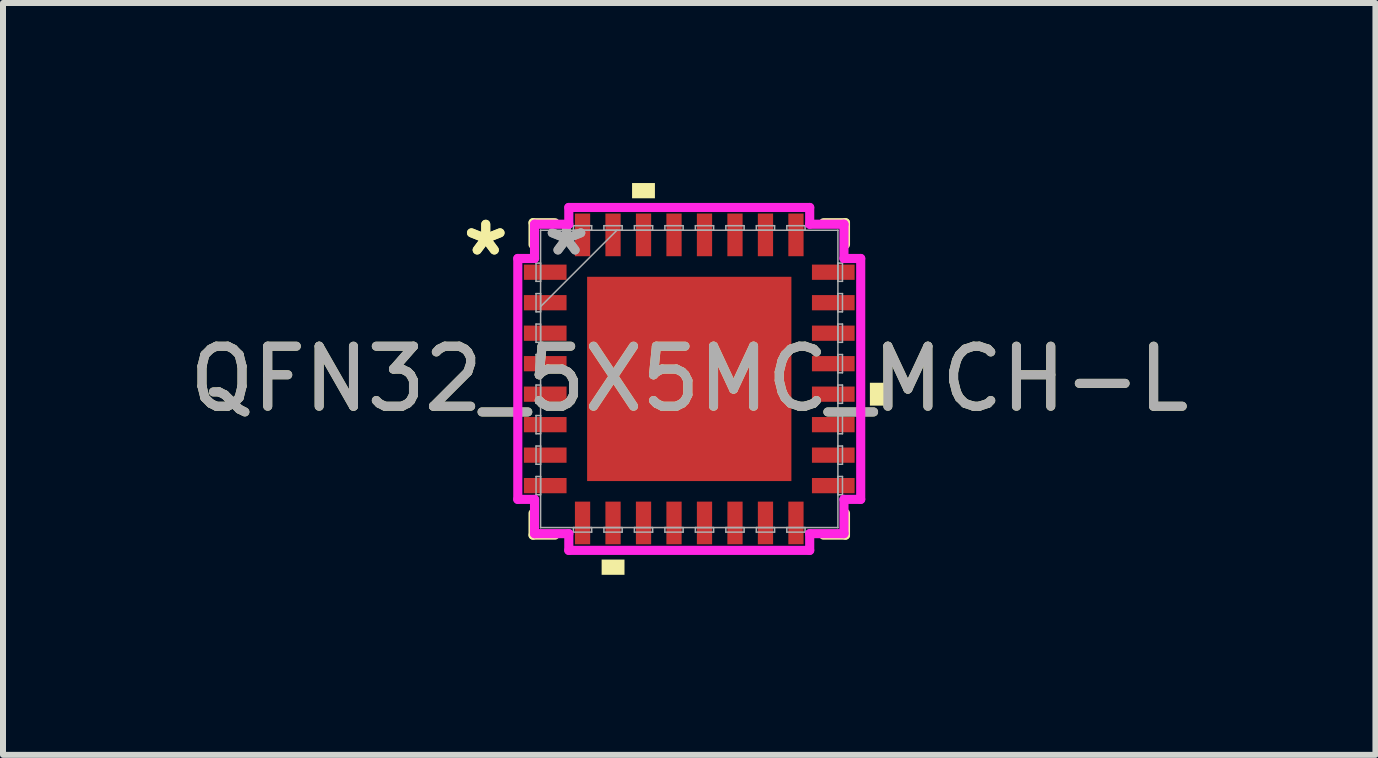
<source format=kicad_pcb>
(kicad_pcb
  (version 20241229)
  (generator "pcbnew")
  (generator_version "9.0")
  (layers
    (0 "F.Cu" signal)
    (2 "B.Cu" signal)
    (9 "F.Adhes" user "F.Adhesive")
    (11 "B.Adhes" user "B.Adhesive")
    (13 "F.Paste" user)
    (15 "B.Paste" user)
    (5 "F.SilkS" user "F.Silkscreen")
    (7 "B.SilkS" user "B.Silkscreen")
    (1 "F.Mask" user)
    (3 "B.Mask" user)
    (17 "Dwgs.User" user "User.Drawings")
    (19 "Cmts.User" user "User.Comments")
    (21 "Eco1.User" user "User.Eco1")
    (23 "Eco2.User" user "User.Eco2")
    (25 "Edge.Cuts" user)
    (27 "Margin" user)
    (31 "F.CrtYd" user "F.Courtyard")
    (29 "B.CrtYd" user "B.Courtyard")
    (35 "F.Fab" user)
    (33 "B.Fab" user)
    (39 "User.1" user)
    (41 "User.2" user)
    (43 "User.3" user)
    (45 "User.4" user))
  (footprint "QFN32_5X5MC_MCH-L"
    (layer "F.Cu")
    (at 8.435 3.264)
    (property "Reference" "QFN32_5X5MC_MCH-L" (at 0 0 0) (unlocked yes) (layer "F.SilkS") (effects (font (size 1 1) (thickness 0.15))))
    (attr smd)
    (fp_line (start -2.603 -2.603) (end -2.603 -2.238) (stroke (width 0.152) (type solid)) (layer "F.SilkS"))
    (fp_line (start -2.603 2.238) (end -2.603 2.603) (stroke (width 0.152) (type solid)) (layer "F.SilkS"))
    (fp_line (start -2.603 2.603) (end -2.238 2.603) (stroke (width 0.152) (type solid)) (layer "F.SilkS"))
    (fp_line (start -2.238 -2.603) (end -2.603 -2.603) (stroke (width 0.152) (type solid)) (layer "F.SilkS"))
    (fp_line (start 2.238 2.603) (end 2.603 2.603) (stroke (width 0.152) (type solid)) (layer "F.SilkS"))
    (fp_line (start 2.603 -2.603) (end 2.238 -2.603) (stroke (width 0.152) (type solid)) (layer "F.SilkS"))
    (fp_line (start 2.603 -2.238) (end 2.603 -2.603) (stroke (width 0.152) (type solid)) (layer "F.SilkS"))
    (fp_line (start 2.603 2.603) (end 2.603 2.238) (stroke (width 0.152) (type solid)) (layer "F.SilkS"))
    (fp_poly (pts (xy -1.46 3.01) (xy -1.46 3.264) (xy -1.079 3.264) (xy -1.079 3.01)) (stroke (width 0) (type solid)) (fill yes) (layer "F.SilkS"))
    (fp_poly (pts (xy -0.953 -3.01) (xy -0.953 -3.264) (xy -0.572 -3.264) (xy -0.572 -3.01)) (stroke (width 0) (type solid)) (fill yes) (layer "F.SilkS"))
    (fp_poly (pts (xy 3.264 0.064) (xy 3.264 0.445) (xy 3.01 0.445) (xy 3.01 0.064)) (stroke (width 0) (type solid)) (fill yes) (layer "F.SilkS"))
    (fp_poly (pts (xy -1.602 -1.602) (xy -1.602 -0.1) (xy -0.1 -0.1) (xy -0.1 -1.602)) (stroke (width 0) (type solid)) (fill yes) (layer "F.Paste"))
    (fp_poly (pts (xy -1.602 0.1) (xy -1.602 1.602) (xy -0.1 1.602) (xy -0.1 0.1)) (stroke (width 0) (type solid)) (fill yes) (layer "F.Paste"))
    (fp_poly (pts (xy 0.1 -1.602) (xy 0.1 -0.1) (xy 1.602 -0.1) (xy 1.602 -1.602)) (stroke (width 0) (type solid)) (fill yes) (layer "F.Paste"))
    (fp_poly (pts (xy 0.1 0.1) (xy 0.1 1.602) (xy 1.602 1.602) (xy 1.602 0.1)) (stroke (width 0) (type solid)) (fill yes) (layer "F.Paste"))
    (fp_line (start -2.857 -2.007) (end -2.578 -2.007) (stroke (width 0.152) (type solid)) (layer "F.CrtYd"))
    (fp_line (start -2.857 2.007) (end -2.857 -2.007) (stroke (width 0.152) (type solid)) (layer "F.CrtYd"))
    (fp_line (start -2.578 -2.578) (end -2.007 -2.578) (stroke (width 0.152) (type solid)) (layer "F.CrtYd"))
    (fp_line (start -2.578 -2.007) (end -2.578 -2.578) (stroke (width 0.152) (type solid)) (layer "F.CrtYd"))
    (fp_line (start -2.578 2.007) (end -2.857 2.007) (stroke (width 0.152) (type solid)) (layer "F.CrtYd"))
    (fp_line (start -2.578 2.578) (end -2.578 2.007) (stroke (width 0.152) (type solid)) (layer "F.CrtYd"))
    (fp_line (start -2.007 -2.857) (end 2.007 -2.857) (stroke (width 0.152) (type solid)) (layer "F.CrtYd"))
    (fp_line (start -2.007 -2.578) (end -2.007 -2.857) (stroke (width 0.152) (type solid)) (layer "F.CrtYd"))
    (fp_line (start -2.007 2.578) (end -2.578 2.578) (stroke (width 0.152) (type solid)) (layer "F.CrtYd"))
    (fp_line (start -2.007 2.857) (end -2.007 2.578) (stroke (width 0.152) (type solid)) (layer "F.CrtYd"))
    (fp_line (start 2.007 -2.857) (end 2.007 -2.578) (stroke (width 0.152) (type solid)) (layer "F.CrtYd"))
    (fp_line (start 2.007 -2.578) (end 2.578 -2.578) (stroke (width 0.152) (type solid)) (layer "F.CrtYd"))
    (fp_line (start 2.007 2.578) (end 2.007 2.857) (stroke (width 0.152) (type solid)) (layer "F.CrtYd"))
    (fp_line (start 2.007 2.857) (end -2.007 2.857) (stroke (width 0.152) (type solid)) (layer "F.CrtYd"))
    (fp_line (start 2.578 -2.578) (end 2.578 -2.007) (stroke (width 0.152) (type solid)) (layer "F.CrtYd"))
    (fp_line (start 2.578 -2.007) (end 2.857 -2.007) (stroke (width 0.152) (type solid)) (layer "F.CrtYd"))
    (fp_line (start 2.578 2.007) (end 2.578 2.578) (stroke (width 0.152) (type solid)) (layer "F.CrtYd"))
    (fp_line (start 2.578 2.578) (end 2.007 2.578) (stroke (width 0.152) (type solid)) (layer "F.CrtYd"))
    (fp_line (start 2.857 -2.007) (end 2.857 2.007) (stroke (width 0.152) (type solid)) (layer "F.CrtYd"))
    (fp_line (start 2.857 2.007) (end 2.578 2.007) (stroke (width 0.152) (type solid)) (layer "F.CrtYd"))
    (fp_line (start -2.553 -1.93) (end -2.553 -1.626) (stroke (width 0.025) (type solid)) (layer "F.Fab"))
    (fp_line (start -2.553 -1.626) (end -2.477 -1.626) (stroke (width 0.025) (type solid)) (layer "F.Fab"))
    (fp_line (start -2.553 -1.422) (end -2.553 -1.118) (stroke (width 0.025) (type solid)) (layer "F.Fab"))
    (fp_line (start -2.553 -1.118) (end -2.477 -1.118) (stroke (width 0.025) (type solid)) (layer "F.Fab"))
    (fp_line (start -2.553 -0.914) (end -2.553 -0.61) (stroke (width 0.025) (type solid)) (layer "F.Fab"))
    (fp_line (start -2.553 -0.61) (end -2.477 -0.61) (stroke (width 0.025) (type solid)) (layer "F.Fab"))
    (fp_line (start -2.553 -0.406) (end -2.553 -0.102) (stroke (width 0.025) (type solid)) (layer "F.Fab"))
    (fp_line (start -2.553 -0.102) (end -2.477 -0.102) (stroke (width 0.025) (type solid)) (layer "F.Fab"))
    (fp_line (start -2.553 0.102) (end -2.553 0.406) (stroke (width 0.025) (type solid)) (layer "F.Fab"))
    (fp_line (start -2.553 0.406) (end -2.477 0.406) (stroke (width 0.025) (type solid)) (layer "F.Fab"))
    (fp_line (start -2.553 0.61) (end -2.553 0.914) (stroke (width 0.025) (type solid)) (layer "F.Fab"))
    (fp_line (start -2.553 0.914) (end -2.477 0.914) (stroke (width 0.025) (type solid)) (layer "F.Fab"))
    (fp_line (start -2.553 1.118) (end -2.553 1.422) (stroke (width 0.025) (type solid)) (layer "F.Fab"))
    (fp_line (start -2.553 1.422) (end -2.477 1.422) (stroke (width 0.025) (type solid)) (layer "F.Fab"))
    (fp_line (start -2.553 1.626) (end -2.553 1.93) (stroke (width 0.025) (type solid)) (layer "F.Fab"))
    (fp_line (start -2.553 1.93) (end -2.477 1.93) (stroke (width 0.025) (type solid)) (layer "F.Fab"))
    (fp_line (start -2.477 -2.477) (end -2.477 -2.477) (stroke (width 0.025) (type solid)) (layer "F.Fab"))
    (fp_line (start -2.477 -2.477) (end -2.477 2.477) (stroke (width 0.025) (type solid)) (layer "F.Fab"))
    (fp_line (start -2.477 -1.93) (end -2.553 -1.93) (stroke (width 0.025) (type solid)) (layer "F.Fab"))
    (fp_line (start -2.477 -1.626) (end -2.477 -1.93) (stroke (width 0.025) (type solid)) (layer "F.Fab"))
    (fp_line (start -2.477 -1.422) (end -2.553 -1.422) (stroke (width 0.025) (type solid)) (layer "F.Fab"))
    (fp_line (start -2.477 -1.206) (end -1.206 -2.477) (stroke (width 0.025) (type solid)) (layer "F.Fab"))
    (fp_line (start -2.477 -1.118) (end -2.477 -1.422) (stroke (width 0.025) (type solid)) (layer "F.Fab"))
    (fp_line (start -2.477 -0.914) (end -2.553 -0.914) (stroke (width 0.025) (type solid)) (layer "F.Fab"))
    (fp_line (start -2.477 -0.61) (end -2.477 -0.914) (stroke (width 0.025) (type solid)) (layer "F.Fab"))
    (fp_line (start -2.477 -0.406) (end -2.553 -0.406) (stroke (width 0.025) (type solid)) (layer "F.Fab"))
    (fp_line (start -2.477 -0.102) (end -2.477 -0.406) (stroke (width 0.025) (type solid)) (layer "F.Fab"))
    (fp_line (start -2.477 0.102) (end -2.553 0.102) (stroke (width 0.025) (type solid)) (layer "F.Fab"))
    (fp_line (start -2.477 0.406) (end -2.477 0.102) (stroke (width 0.025) (type solid)) (layer "F.Fab"))
    (fp_line (start -2.477 0.61) (end -2.553 0.61) (stroke (width 0.025) (type solid)) (layer "F.Fab"))
    (fp_line (start -2.477 0.914) (end -2.477 0.61) (stroke (width 0.025) (type solid)) (layer "F.Fab"))
    (fp_line (start -2.477 1.118) (end -2.553 1.118) (stroke (width 0.025) (type solid)) (layer "F.Fab"))
    (fp_line (start -2.477 1.422) (end -2.477 1.118) (stroke (width 0.025) (type solid)) (layer "F.Fab"))
    (fp_line (start -2.477 1.626) (end -2.553 1.626) (stroke (width 0.025) (type solid)) (layer "F.Fab"))
    (fp_line (start -2.477 1.93) (end -2.477 1.626) (stroke (width 0.025) (type solid)) (layer "F.Fab"))
    (fp_line (start -2.477 2.477) (end -2.477 2.477) (stroke (width 0.025) (type solid)) (layer "F.Fab"))
    (fp_line (start -2.477 2.477) (end 2.477 2.477) (stroke (width 0.025) (type solid)) (layer "F.Fab"))
    (fp_line (start -1.93 -2.553) (end -1.93 -2.477) (stroke (width 0.025) (type solid)) (layer "F.Fab"))
    (fp_line (start -1.93 -2.477) (end -1.626 -2.477) (stroke (width 0.025) (type solid)) (layer "F.Fab"))
    (fp_line (start -1.93 2.477) (end -1.93 2.553) (stroke (width 0.025) (type solid)) (layer "F.Fab"))
    (fp_line (start -1.93 2.553) (end -1.626 2.553) (stroke (width 0.025) (type solid)) (layer "F.Fab"))
    (fp_line (start -1.626 -2.553) (end -1.93 -2.553) (stroke (width 0.025) (type solid)) (layer "F.Fab"))
    (fp_line (start -1.626 -2.477) (end -1.626 -2.553) (stroke (width 0.025) (type solid)) (layer "F.Fab"))
    (fp_line (start -1.626 2.477) (end -1.93 2.477) (stroke (width 0.025) (type solid)) (layer "F.Fab"))
    (fp_line (start -1.626 2.553) (end -1.626 2.477) (stroke (width 0.025) (type solid)) (layer "F.Fab"))
    (fp_line (start -1.422 -2.553) (end -1.422 -2.477) (stroke (width 0.025) (type solid)) (layer "F.Fab"))
    (fp_line (start -1.422 -2.477) (end -1.118 -2.477) (stroke (width 0.025) (type solid)) (layer "F.Fab"))
    (fp_line (start -1.422 2.477) (end -1.422 2.553) (stroke (width 0.025) (type solid)) (layer "F.Fab"))
    (fp_line (start -1.422 2.553) (end -1.118 2.553) (stroke (width 0.025) (type solid)) (layer "F.Fab"))
    (fp_line (start -1.118 -2.553) (end -1.422 -2.553) (stroke (width 0.025) (type solid)) (layer "F.Fab"))
    (fp_line (start -1.118 -2.477) (end -1.118 -2.553) (stroke (width 0.025) (type solid)) (layer "F.Fab"))
    (fp_line (start -1.118 2.477) (end -1.422 2.477) (stroke (width 0.025) (type solid)) (layer "F.Fab"))
    (fp_line (start -1.118 2.553) (end -1.118 2.477) (stroke (width 0.025) (type solid)) (layer "F.Fab"))
    (fp_line (start -0.914 -2.553) (end -0.914 -2.477) (stroke (width 0.025) (type solid)) (layer "F.Fab"))
    (fp_line (start -0.914 -2.477) (end -0.61 -2.477) (stroke (width 0.025) (type solid)) (layer "F.Fab"))
    (fp_line (start -0.914 2.477) (end -0.914 2.553) (stroke (width 0.025) (type solid)) (layer "F.Fab"))
    (fp_line (start -0.914 2.553) (end -0.61 2.553) (stroke (width 0.025) (type solid)) (layer "F.Fab"))
    (fp_line (start -0.61 -2.553) (end -0.914 -2.553) (stroke (width 0.025) (type solid)) (layer "F.Fab"))
    (fp_line (start -0.61 -2.477) (end -0.61 -2.553) (stroke (width 0.025) (type solid)) (layer "F.Fab"))
    (fp_line (start -0.61 2.477) (end -0.914 2.477) (stroke (width 0.025) (type solid)) (layer "F.Fab"))
    (fp_line (start -0.61 2.553) (end -0.61 2.477) (stroke (width 0.025) (type solid)) (layer "F.Fab"))
    (fp_line (start -0.406 -2.553) (end -0.406 -2.477) (stroke (width 0.025) (type solid)) (layer "F.Fab"))
    (fp_line (start -0.406 -2.477) (end -0.102 -2.477) (stroke (width 0.025) (type solid)) (layer "F.Fab"))
    (fp_line (start -0.406 2.477) (end -0.406 2.553) (stroke (width 0.025) (type solid)) (layer "F.Fab"))
    (fp_line (start -0.406 2.553) (end -0.102 2.553) (stroke (width 0.025) (type solid)) (layer "F.Fab"))
    (fp_line (start -0.102 -2.553) (end -0.406 -2.553) (stroke (width 0.025) (type solid)) (layer "F.Fab"))
    (fp_line (start -0.102 -2.477) (end -0.102 -2.553) (stroke (width 0.025) (type solid)) (layer "F.Fab"))
    (fp_line (start -0.102 2.477) (end -0.406 2.477) (stroke (width 0.025) (type solid)) (layer "F.Fab"))
    (fp_line (start -0.102 2.553) (end -0.102 2.477) (stroke (width 0.025) (type solid)) (layer "F.Fab"))
    (fp_line (start 0.102 -2.553) (end 0.102 -2.477) (stroke (width 0.025) (type solid)) (layer "F.Fab"))
    (fp_line (start 0.102 -2.477) (end 0.406 -2.477) (stroke (width 0.025) (type solid)) (layer "F.Fab"))
    (fp_line (start 0.102 2.477) (end 0.102 2.553) (stroke (width 0.025) (type solid)) (layer "F.Fab"))
    (fp_line (start 0.102 2.553) (end 0.406 2.553) (stroke (width 0.025) (type solid)) (layer "F.Fab"))
    (fp_line (start 0.406 -2.553) (end 0.102 -2.553) (stroke (width 0.025) (type solid)) (layer "F.Fab"))
    (fp_line (start 0.406 -2.477) (end 0.406 -2.553) (stroke (width 0.025) (type solid)) (layer "F.Fab"))
    (fp_line (start 0.406 2.477) (end 0.102 2.477) (stroke (width 0.025) (type solid)) (layer "F.Fab"))
    (fp_line (start 0.406 2.553) (end 0.406 2.477) (stroke (width 0.025) (type solid)) (layer "F.Fab"))
    (fp_line (start 0.61 -2.553) (end 0.61 -2.477) (stroke (width 0.025) (type solid)) (layer "F.Fab"))
    (fp_line (start 0.61 -2.477) (end 0.914 -2.477) (stroke (width 0.025) (type solid)) (layer "F.Fab"))
    (fp_line (start 0.61 2.477) (end 0.61 2.553) (stroke (width 0.025) (type solid)) (layer "F.Fab"))
    (fp_line (start 0.61 2.553) (end 0.914 2.553) (stroke (width 0.025) (type solid)) (layer "F.Fab"))
    (fp_line (start 0.914 -2.553) (end 0.61 -2.553) (stroke (width 0.025) (type solid)) (layer "F.Fab"))
    (fp_line (start 0.914 -2.477) (end 0.914 -2.553) (stroke (width 0.025) (type solid)) (layer "F.Fab"))
    (fp_line (start 0.914 2.477) (end 0.61 2.477) (stroke (width 0.025) (type solid)) (layer "F.Fab"))
    (fp_line (start 0.914 2.553) (end 0.914 2.477) (stroke (width 0.025) (type solid)) (layer "F.Fab"))
    (fp_line (start 1.118 -2.553) (end 1.118 -2.477) (stroke (width 0.025) (type solid)) (layer "F.Fab"))
    (fp_line (start 1.118 -2.477) (end 1.422 -2.477) (stroke (width 0.025) (type solid)) (layer "F.Fab"))
    (fp_line (start 1.118 2.477) (end 1.118 2.553) (stroke (width 0.025) (type solid)) (layer "F.Fab"))
    (fp_line (start 1.118 2.553) (end 1.422 2.553) (stroke (width 0.025) (type solid)) (layer "F.Fab"))
    (fp_line (start 1.422 -2.553) (end 1.118 -2.553) (stroke (width 0.025) (type solid)) (layer "F.Fab"))
    (fp_line (start 1.422 -2.477) (end 1.422 -2.553) (stroke (width 0.025) (type solid)) (layer "F.Fab"))
    (fp_line (start 1.422 2.477) (end 1.118 2.477) (stroke (width 0.025) (type solid)) (layer "F.Fab"))
    (fp_line (start 1.422 2.553) (end 1.422 2.477) (stroke (width 0.025) (type solid)) (layer "F.Fab"))
    (fp_line (start 1.626 -2.553) (end 1.626 -2.477) (stroke (width 0.025) (type solid)) (layer "F.Fab"))
    (fp_line (start 1.626 -2.477) (end 1.93 -2.477) (stroke (width 0.025) (type solid)) (layer "F.Fab"))
    (fp_line (start 1.626 2.477) (end 1.626 2.553) (stroke (width 0.025) (type solid)) (layer "F.Fab"))
    (fp_line (start 1.626 2.553) (end 1.93 2.553) (stroke (width 0.025) (type solid)) (layer "F.Fab"))
    (fp_line (start 1.93 -2.553) (end 1.626 -2.553) (stroke (width 0.025) (type solid)) (layer "F.Fab"))
    (fp_line (start 1.93 -2.477) (end 1.93 -2.553) (stroke (width 0.025) (type solid)) (layer "F.Fab"))
    (fp_line (start 1.93 2.477) (end 1.626 2.477) (stroke (width 0.025) (type solid)) (layer "F.Fab"))
    (fp_line (start 1.93 2.553) (end 1.93 2.477) (stroke (width 0.025) (type solid)) (layer "F.Fab"))
    (fp_line (start 2.477 -2.477) (end -2.477 -2.477) (stroke (width 0.025) (type solid)) (layer "F.Fab"))
    (fp_line (start 2.477 -2.477) (end 2.477 -2.477) (stroke (width 0.025) (type solid)) (layer "F.Fab"))
    (fp_line (start 2.477 -1.93) (end 2.477 -1.626) (stroke (width 0.025) (type solid)) (layer "F.Fab"))
    (fp_line (start 2.477 -1.626) (end 2.553 -1.626) (stroke (width 0.025) (type solid)) (layer "F.Fab"))
    (fp_line (start 2.477 -1.422) (end 2.477 -1.118) (stroke (width 0.025) (type solid)) (layer "F.Fab"))
    (fp_line (start 2.477 -1.118) (end 2.553 -1.118) (stroke (width 0.025) (type solid)) (layer "F.Fab"))
    (fp_line (start 2.477 -0.914) (end 2.477 -0.61) (stroke (width 0.025) (type solid)) (layer "F.Fab"))
    (fp_line (start 2.477 -0.61) (end 2.553 -0.61) (stroke (width 0.025) (type solid)) (layer "F.Fab"))
    (fp_line (start 2.477 -0.406) (end 2.477 -0.102) (stroke (width 0.025) (type solid)) (layer "F.Fab"))
    (fp_line (start 2.477 -0.102) (end 2.553 -0.102) (stroke (width 0.025) (type solid)) (layer "F.Fab"))
    (fp_line (start 2.477 0.102) (end 2.477 0.406) (stroke (width 0.025) (type solid)) (layer "F.Fab"))
    (fp_line (start 2.477 0.406) (end 2.553 0.406) (stroke (width 0.025) (type solid)) (layer "F.Fab"))
    (fp_line (start 2.477 0.61) (end 2.477 0.914) (stroke (width 0.025) (type solid)) (layer "F.Fab"))
    (fp_line (start 2.477 0.914) (end 2.553 0.914) (stroke (width 0.025) (type solid)) (layer "F.Fab"))
    (fp_line (start 2.477 1.118) (end 2.477 1.422) (stroke (width 0.025) (type solid)) (layer "F.Fab"))
    (fp_line (start 2.477 1.422) (end 2.553 1.422) (stroke (width 0.025) (type solid)) (layer "F.Fab"))
    (fp_line (start 2.477 1.626) (end 2.477 1.93) (stroke (width 0.025) (type solid)) (layer "F.Fab"))
    (fp_line (start 2.477 1.93) (end 2.553 1.93) (stroke (width 0.025) (type solid)) (layer "F.Fab"))
    (fp_line (start 2.477 2.477) (end 2.477 -2.477) (stroke (width 0.025) (type solid)) (layer "F.Fab"))
    (fp_line (start 2.477 2.477) (end 2.477 2.477) (stroke (width 0.025) (type solid)) (layer "F.Fab"))
    (fp_line (start 2.553 -1.93) (end 2.477 -1.93) (stroke (width 0.025) (type solid)) (layer "F.Fab"))
    (fp_line (start 2.553 -1.626) (end 2.553 -1.93) (stroke (width 0.025) (type solid)) (layer "F.Fab"))
    (fp_line (start 2.553 -1.422) (end 2.477 -1.422) (stroke (width 0.025) (type solid)) (layer "F.Fab"))
    (fp_line (start 2.553 -1.118) (end 2.553 -1.422) (stroke (width 0.025) (type solid)) (layer "F.Fab"))
    (fp_line (start 2.553 -0.914) (end 2.477 -0.914) (stroke (width 0.025) (type solid)) (layer "F.Fab"))
    (fp_line (start 2.553 -0.61) (end 2.553 -0.914) (stroke (width 0.025) (type solid)) (layer "F.Fab"))
    (fp_line (start 2.553 -0.406) (end 2.477 -0.406) (stroke (width 0.025) (type solid)) (layer "F.Fab"))
    (fp_line (start 2.553 -0.102) (end 2.553 -0.406) (stroke (width 0.025) (type solid)) (layer "F.Fab"))
    (fp_line (start 2.553 0.102) (end 2.477 0.102) (stroke (width 0.025) (type solid)) (layer "F.Fab"))
    (fp_line (start 2.553 0.406) (end 2.553 0.102) (stroke (width 0.025) (type solid)) (layer "F.Fab"))
    (fp_line (start 2.553 0.61) (end 2.477 0.61) (stroke (width 0.025) (type solid)) (layer "F.Fab"))
    (fp_line (start 2.553 0.914) (end 2.553 0.61) (stroke (width 0.025) (type solid)) (layer "F.Fab"))
    (fp_line (start 2.553 1.118) (end 2.477 1.118) (stroke (width 0.025) (type solid)) (layer "F.Fab"))
    (fp_line (start 2.553 1.422) (end 2.553 1.118) (stroke (width 0.025) (type solid)) (layer "F.Fab"))
    (fp_line (start 2.553 1.626) (end 2.477 1.626) (stroke (width 0.025) (type solid)) (layer "F.Fab"))
    (fp_line (start 2.553 1.93) (end 2.553 1.626) (stroke (width 0.025) (type solid)) (layer "F.Fab"))
    (fp_text user "*" (at -3.391 -2.032 0) (unlocked yes) (layer "F.SilkS") (effects (font (size 1 1) (thickness 0.15))))
    (fp_text user "*" (at -3.391 -2.032 0) (layer "F.SilkS") (effects (font (size 1 1) (thickness 0.15))))
    (fp_text user "*" (at -2.045 -2.032 0) (unlocked yes) (layer "F.Fab") (effects (font (size 1 1) (thickness 0.15))))
    (fp_text user "${REFERENCE}" (at 0 0 0) (unlocked yes) (layer "F.Fab") (effects (font (size 1 1) (thickness 0.15))))
    (fp_text user "*" (at -2.045 -2.032 0) (layer "F.Fab") (effects (font (size 1 1) (thickness 0.15))))
    (pad "1" smd rect (at -2.4 -1.778 90) (size 0.254 0.711) (layers "F.Cu" "F.Mask" "F.Paste"))
    (pad "2" smd rect (at -2.4 -1.27 90) (size 0.254 0.711) (layers "F.Cu" "F.Mask" "F.Paste"))
    (pad "3" smd rect (at -2.4 -0.762 90) (size 0.254 0.711) (layers "F.Cu" "F.Mask" "F.Paste"))
    (pad "4" smd rect (at -2.4 -0.254 90) (size 0.254 0.711) (layers "F.Cu" "F.Mask" "F.Paste"))
    (pad "5" smd rect (at -2.4 0.254 90) (size 0.254 0.711) (layers "F.Cu" "F.Mask" "F.Paste"))
    (pad "6" smd rect (at -2.4 0.762 90) (size 0.254 0.711) (layers "F.Cu" "F.Mask" "F.Paste"))
    (pad "7" smd rect (at -2.4 1.27 90) (size 0.254 0.711) (layers "F.Cu" "F.Mask" "F.Paste"))
    (pad "8" smd rect (at -2.4 1.778 90) (size 0.254 0.711) (layers "F.Cu" "F.Mask" "F.Paste"))
    (pad "9" smd rect (at -1.778 2.4) (size 0.254 0.711) (layers "F.Cu" "F.Mask" "F.Paste"))
    (pad "10" smd rect (at -1.27 2.4) (size 0.254 0.711) (layers "F.Cu" "F.Mask" "F.Paste"))
    (pad "11" smd rect (at -0.762 2.4) (size 0.254 0.711) (layers "F.Cu" "F.Mask" "F.Paste"))
    (pad "12" smd rect (at -0.254 2.4) (size 0.254 0.711) (layers "F.Cu" "F.Mask" "F.Paste"))
    (pad "13" smd rect (at 0.254 2.4) (size 0.254 0.711) (layers "F.Cu" "F.Mask" "F.Paste"))
    (pad "14" smd rect (at 0.762 2.4) (size 0.254 0.711) (layers "F.Cu" "F.Mask" "F.Paste"))
    (pad "15" smd rect (at 1.27 2.4) (size 0.254 0.711) (layers "F.Cu" "F.Mask" "F.Paste"))
    (pad "16" smd rect (at 1.778 2.4) (size 0.254 0.711) (layers "F.Cu" "F.Mask" "F.Paste"))
    (pad "17" smd rect (at 2.4 1.778 90) (size 0.254 0.711) (layers "F.Cu" "F.Mask" "F.Paste"))
    (pad "18" smd rect (at 2.4 1.27 90) (size 0.254 0.711) (layers "F.Cu" "F.Mask" "F.Paste"))
    (pad "19" smd rect (at 2.4 0.762 90) (size 0.254 0.711) (layers "F.Cu" "F.Mask" "F.Paste"))
    (pad "20" smd rect (at 2.4 0.254 90) (size 0.254 0.711) (layers "F.Cu" "F.Mask" "F.Paste"))
    (pad "21" smd rect (at 2.4 -0.254 90) (size 0.254 0.711) (layers "F.Cu" "F.Mask" "F.Paste"))
    (pad "22" smd rect (at 2.4 -0.762 90) (size 0.254 0.711) (layers "F.Cu" "F.Mask" "F.Paste"))
    (pad "23" smd rect (at 2.4 -1.27 90) (size 0.254 0.711) (layers "F.Cu" "F.Mask" "F.Paste"))
    (pad "24" smd rect (at 2.4 -1.778 90) (size 0.254 0.711) (layers "F.Cu" "F.Mask" "F.Paste"))
    (pad "25" smd rect (at 1.778 -2.4) (size 0.254 0.711) (layers "F.Cu" "F.Mask" "F.Paste"))
    (pad "26" smd rect (at 1.27 -2.4) (size 0.254 0.711) (layers "F.Cu" "F.Mask" "F.Paste"))
    (pad "27" smd rect (at 0.762 -2.4) (size 0.254 0.711) (layers "F.Cu" "F.Mask" "F.Paste"))
    (pad "28" smd rect (at 0.254 -2.4) (size 0.254 0.711) (layers "F.Cu" "F.Mask" "F.Paste"))
    (pad "29" smd rect (at -0.254 -2.4) (size 0.254 0.711) (layers "F.Cu" "F.Mask" "F.Paste"))
    (pad "30" smd rect (at -0.762 -2.4) (size 0.254 0.711) (layers "F.Cu" "F.Mask" "F.Paste"))
    (pad "31" smd rect (at -1.27 -2.4) (size 0.254 0.711) (layers "F.Cu" "F.Mask" "F.Paste"))
    (pad "32" smd rect (at -1.778 -2.4) (size 0.254 0.711) (layers "F.Cu" "F.Mask" "F.Paste"))
    (pad "33" smd rect (at 0 0) (size 3.404 3.404) (layers "F.Cu" "F.Mask" "F.Paste")))
  (gr_rect
    (start -3 -3)
    (end 19.869 9.528)
    (stroke (width 0.1) (type default))
    (fill no)
    (layer "Edge.Cuts")))
</source>
